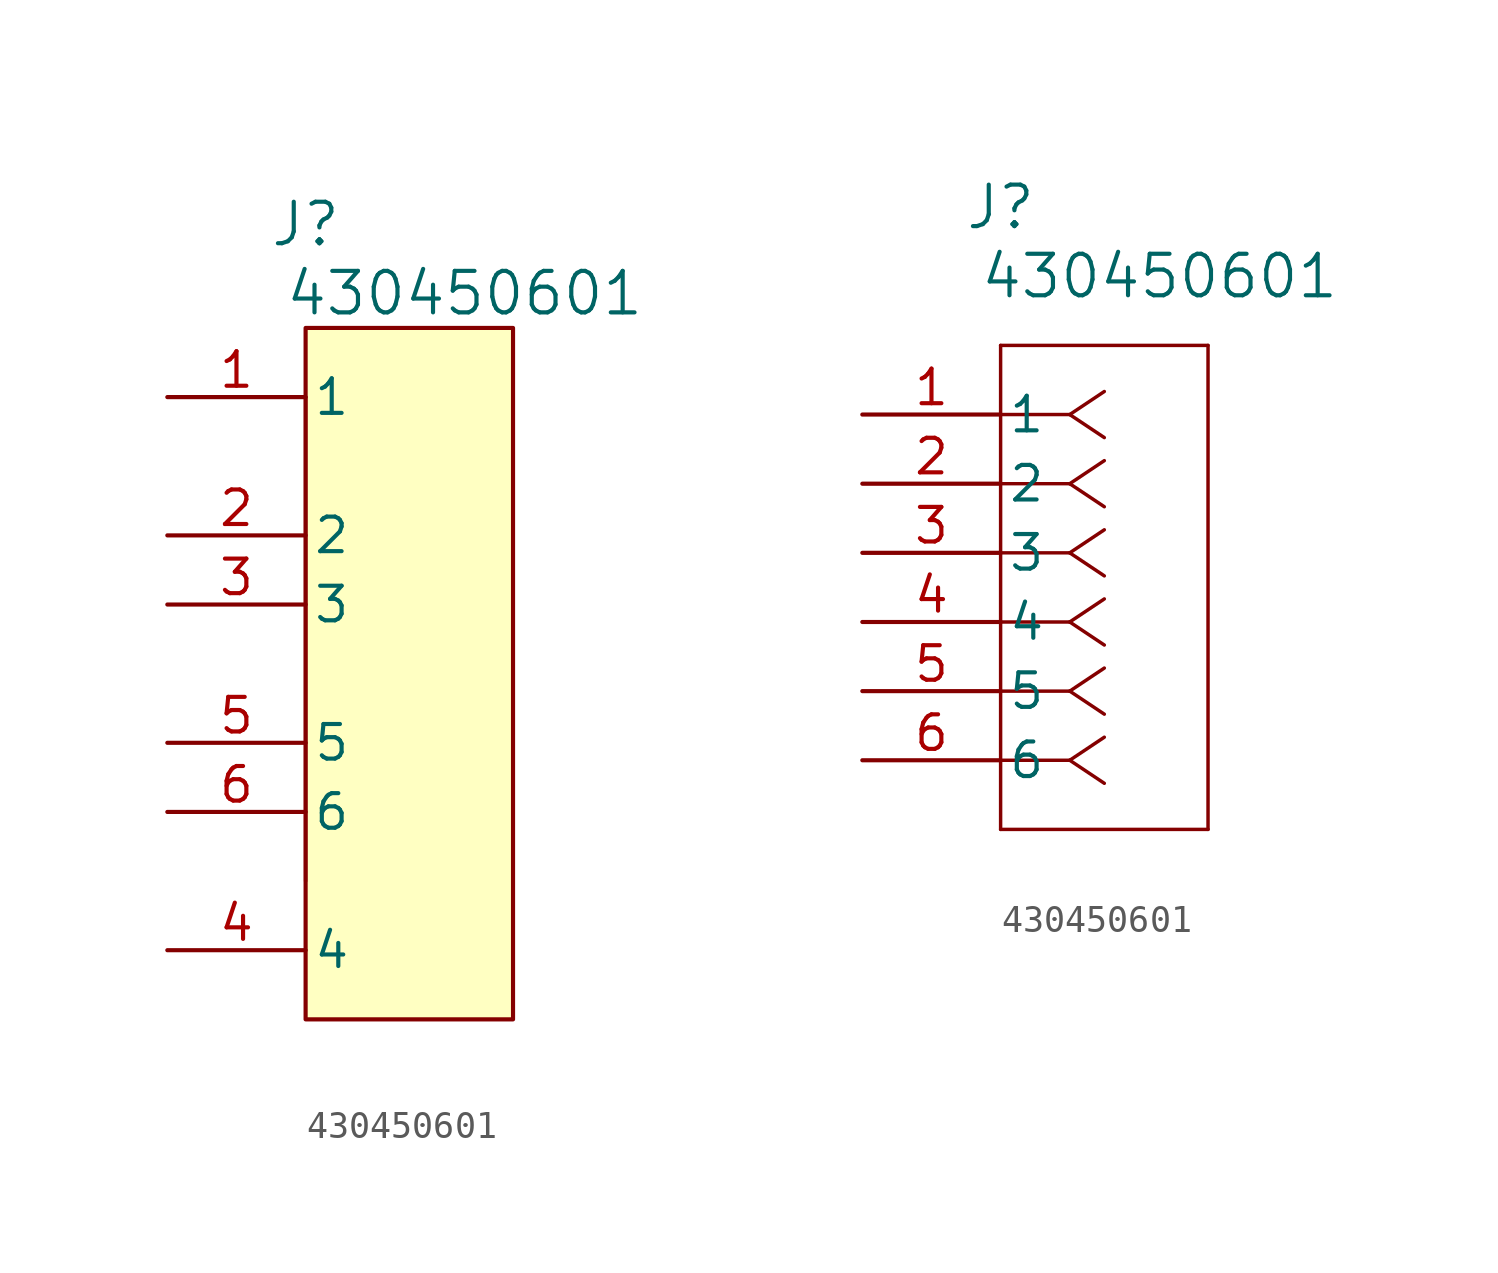
<source format=kicad_sym>
(kicad_symbol_lib
  (version 20241209)
  (generator "kicad_symbol_editor")
  (generator_version "9.0")
  (symbol "430450601"
    (pin_names
      (offset 0.254))
    (property "Reference" "J"
      (at 5.08 7.62 0)
      (effects (font (size 1.524 1.524))))
    (property "Value" "430450601"
      (at 10.922 5.08 0)
      (effects (font (size 1.524 1.524))))
    (property "ki_locked" ""
      (at 0 0 0)
      (effects (font (size 1.27 1.27))))
    (symbol "430450601_1_1"
      (rectangle (start 5.08 3.81) (end 12.7 -21.59) (stroke (width 0) (type solid)) (fill (type color) (color 255 255 194 1)))
      (polyline (pts (xy 5.08 1.27) (xy 5.08 -16.51)) (stroke (width 0.127) (type default)) (fill (type none)))
      (polyline (pts (xy 12.7 -16.51) (xy 12.7 1.27)) (stroke (width 0.127) (type default)) (fill (type none)))
      (pin unspecified line (at 0 1.27 0) (length 5.08) (name "1" (effects (font (size 1.27 1.27)))) (number "1" (effects (font (size 1.27 1.27)))))
      (pin unspecified line (at 0 -3.81 0) (length 5.08) (name "2" (effects (font (size 1.27 1.27)))) (number "2" (effects (font (size 1.27 1.27)))))
      (pin unspecified line (at 0 -6.35 0) (length 5.08) (name "3" (effects (font (size 1.27 1.27)))) (number "3" (effects (font (size 1.27 1.27)))))
      (pin unspecified line (at 0 -11.43 0) (length 5.08) (name "5" (effects (font (size 1.27 1.27)))) (number "5" (effects (font (size 1.27 1.27)))))
      (pin unspecified line (at 0 -13.97 0) (length 5.08) (name "6" (effects (font (size 1.27 1.27)))) (number "6" (effects (font (size 1.27 1.27)))))
      (pin unspecified line (at 0 -19.05 0) (length 5.08) (name "4" (effects (font (size 1.27 1.27)))) (number "4" (effects (font (size 1.27 1.27))))))
    (symbol "430450601_1_2"
      (polyline (pts (xy 5.08 2.54) (xy 5.08 -15.24)) (stroke (width 0.127) (type default)) (fill (type none)))
      (polyline (pts (xy 5.08 -15.24) (xy 12.7 -15.24)) (stroke (width 0.127) (type default)) (fill (type none)))
      (polyline (pts (xy 7.62 0) (xy 5.08 0)) (stroke (width 0.127) (type default)) (fill (type none)))
      (polyline (pts (xy 7.62 0) (xy 8.89 0.847)) (stroke (width 0.127) (type default)) (fill (type none)))
      (polyline (pts (xy 7.62 0) (xy 8.89 -0.847)) (stroke (width 0.127) (type default)) (fill (type none)))
      (polyline (pts (xy 7.62 -2.54) (xy 5.08 -2.54)) (stroke (width 0.127) (type default)) (fill (type none)))
      (polyline (pts (xy 7.62 -2.54) (xy 8.89 -1.693)) (stroke (width 0.127) (type default)) (fill (type none)))
      (polyline (pts (xy 7.62 -2.54) (xy 8.89 -3.387)) (stroke (width 0.127) (type default)) (fill (type none)))
      (polyline (pts (xy 7.62 -5.08) (xy 5.08 -5.08)) (stroke (width 0.127) (type default)) (fill (type none)))
      (polyline (pts (xy 7.62 -5.08) (xy 8.89 -4.233)) (stroke (width 0.127) (type default)) (fill (type none)))
      (polyline (pts (xy 7.62 -5.08) (xy 8.89 -5.927)) (stroke (width 0.127) (type default)) (fill (type none)))
      (polyline (pts (xy 7.62 -7.62) (xy 5.08 -7.62)) (stroke (width 0.127) (type default)) (fill (type none)))
      (polyline (pts (xy 7.62 -7.62) (xy 8.89 -6.773)) (stroke (width 0.127) (type default)) (fill (type none)))
      (polyline (pts (xy 7.62 -7.62) (xy 8.89 -8.467)) (stroke (width 0.127) (type default)) (fill (type none)))
      (polyline (pts (xy 7.62 -10.16) (xy 5.08 -10.16)) (stroke (width 0.127) (type default)) (fill (type none)))
      (polyline (pts (xy 7.62 -10.16) (xy 8.89 -9.313)) (stroke (width 0.127) (type default)) (fill (type none)))
      (polyline (pts (xy 7.62 -10.16) (xy 8.89 -11.007)) (stroke (width 0.127) (type default)) (fill (type none)))
      (polyline (pts (xy 7.62 -12.7) (xy 5.08 -12.7)) (stroke (width 0.127) (type default)) (fill (type none)))
      (polyline (pts (xy 7.62 -12.7) (xy 8.89 -11.853)) (stroke (width 0.127) (type default)) (fill (type none)))
      (polyline (pts (xy 7.62 -12.7) (xy 8.89 -13.547)) (stroke (width 0.127) (type default)) (fill (type none)))
      (polyline (pts (xy 12.7 2.54) (xy 5.08 2.54)) (stroke (width 0.127) (type default)) (fill (type none)))
      (polyline (pts (xy 12.7 -15.24) (xy 12.7 2.54)) (stroke (width 0.127) (type default)) (fill (type none)))
      (pin unspecified line (at 0 0 0) (length 5.08) (name "1" (effects (font (size 1.27 1.27)))) (number "1" (effects (font (size 1.27 1.27)))))
      (pin unspecified line (at 0 -2.54 0) (length 5.08) (name "2" (effects (font (size 1.27 1.27)))) (number "2" (effects (font (size 1.27 1.27)))))
      (pin unspecified line (at 0 -5.08 0) (length 5.08) (name "3" (effects (font (size 1.27 1.27)))) (number "3" (effects (font (size 1.27 1.27)))))
      (pin unspecified line (at 0 -7.62 0) (length 5.08) (name "4" (effects (font (size 1.27 1.27)))) (number "4" (effects (font (size 1.27 1.27)))))
      (pin unspecified line (at 0 -10.16 0) (length 5.08) (name "5" (effects (font (size 1.27 1.27)))) (number "5" (effects (font (size 1.27 1.27)))))
      (pin unspecified line (at 0 -12.7 0) (length 5.08) (name "6" (effects (font (size 1.27 1.27)))) (number "6" (effects (font (size 1.27 1.27))))))))
</source>
